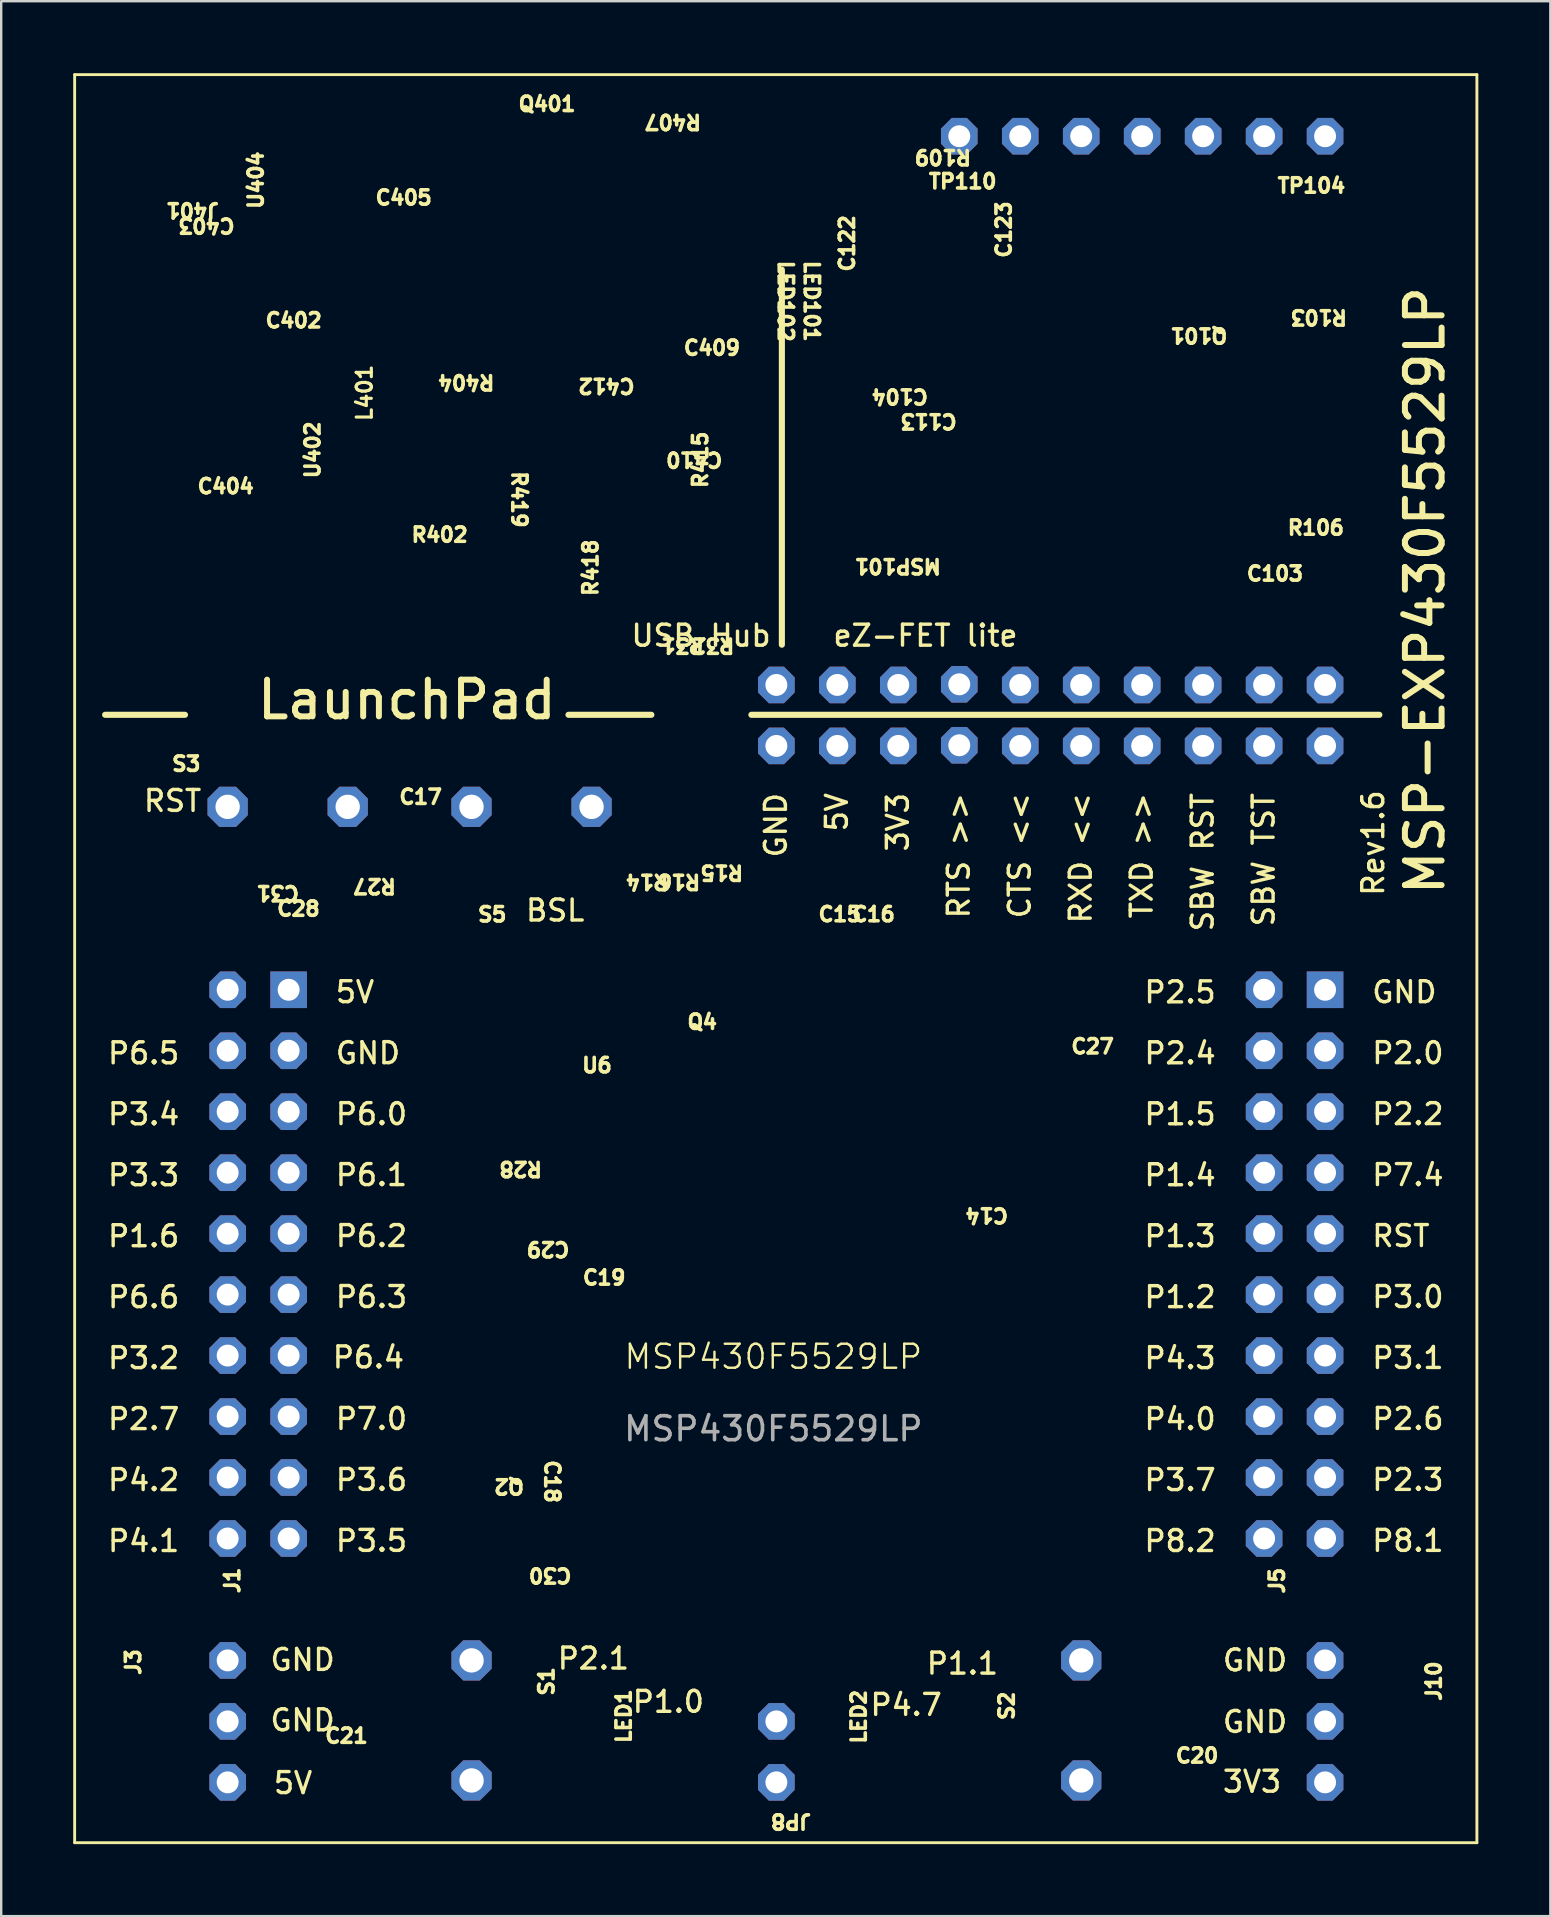
<source format=kicad_pcb>
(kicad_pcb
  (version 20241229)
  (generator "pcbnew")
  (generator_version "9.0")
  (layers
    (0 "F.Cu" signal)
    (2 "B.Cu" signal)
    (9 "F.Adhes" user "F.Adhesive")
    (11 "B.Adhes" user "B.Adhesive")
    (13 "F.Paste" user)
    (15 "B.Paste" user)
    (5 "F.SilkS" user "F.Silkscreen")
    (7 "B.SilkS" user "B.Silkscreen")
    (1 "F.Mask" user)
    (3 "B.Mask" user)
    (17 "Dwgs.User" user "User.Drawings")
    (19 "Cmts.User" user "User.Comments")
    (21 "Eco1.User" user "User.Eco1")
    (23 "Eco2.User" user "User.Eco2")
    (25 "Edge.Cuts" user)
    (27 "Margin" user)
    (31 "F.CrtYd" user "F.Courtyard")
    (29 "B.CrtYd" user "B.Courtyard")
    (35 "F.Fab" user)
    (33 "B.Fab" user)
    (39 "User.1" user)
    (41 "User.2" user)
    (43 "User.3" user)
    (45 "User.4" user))
  (footprint "MSP430F5529LP"
    (layer "F.Cu")
    (at 29.168 55.026)
    (property "Reference" "MSP430F5529LP" (at 0 -1.551 0) (unlocked yes) (layer "F.SilkS") (effects (font (size 1 1) (thickness 0.1))))
    (attr through_hole)
    (fp_line (start -29.108 -54.966) (end -29.108 18.694) (stroke (width 0.12) (type solid)) (layer "F.SilkS"))
    (fp_line (start -29.108 18.694) (end 29.312 18.694) (stroke (width 0.12) (type solid)) (layer "F.SilkS"))
    (fp_line (start -27.838 -28.296) (end -24.511 -28.296) (stroke (width 0.254) (type solid)) (layer "F.SilkS"))
    (fp_line (start -8.534 -28.296) (end -5.08 -28.296) (stroke (width 0.254) (type solid)) (layer "F.SilkS"))
    (fp_line (start 0.356 -31.217) (end 0.356 -46.838) (stroke (width 0.254) (type solid)) (layer "F.SilkS"))
    (fp_line (start 25.248 -28.296) (end -0.914 -28.296) (stroke (width 0.254) (type solid)) (layer "F.SilkS"))
    (fp_line (start 29.312 -54.966) (end -29.108 -54.966) (stroke (width 0.12) (type solid)) (layer "F.SilkS"))
    (fp_line (start 29.312 -54.966) (end 29.312 18.694) (stroke (width 0.12) (type solid)) (layer "F.SilkS"))
    (fp_text user "GND" (at -18.186 10.566 0) (unlocked yes) (layer "F.SilkS") (effects (font (size 0.874 0.874) (thickness 0.142)) (justify right top)))
    (fp_text user "C103" (at 19.648 -33.825 0) (unlocked yes) (layer "F.SilkS") (effects (font (size 0.598 0.598) (thickness 0.164)) (justify left bottom)))
    (fp_text user "J5" (at 21.336 8.395 90) (unlocked yes) (layer "F.SilkS") (effects (font (size 0.602 0.602) (thickness 0.16)) (justify left bottom)))
    (fp_text user "C403" (at -24.867 -48.336 180) (unlocked yes) (layer "F.SilkS") (effects (font (size 0.598 0.598) (thickness 0.164)) (justify right top)))
    (fp_text user "P4.1" (at -24.663 5.613 0) (unlocked yes) (layer "F.SilkS") (effects (font (size 0.874 0.874) (thickness 0.142)) (justify right top)))
    (fp_text user "R16" (at -4.902 -20.993 180) (unlocked yes) (layer "F.SilkS") (effects (font (size 0.598 0.598) (thickness 0.164)) (justify right top)))
    (fp_text user "TP104" (at 20.93 -49.987 0) (unlocked yes) (layer "F.SilkS") (effects (font (size 0.602 0.602) (thickness 0.16)) (justify left bottom)))
    (fp_text user "P1.0" (at -5.944 13.335 0) (unlocked yes) (layer "F.SilkS") (effects (font (size 0.874 0.874) (thickness 0.142)) (justify left bottom)))
    (fp_text user "P6.2" (at -18.313 -6.071 0) (unlocked yes) (layer "F.SilkS") (effects (font (size 0.874 0.874) (thickness 0.142)) (justify left bottom)))
    (fp_text user "3V3" (at 18.644 16.662 0) (unlocked yes) (layer "F.SilkS") (effects (font (size 0.874 0.874) (thickness 0.142)) (justify left bottom)))
    (fp_text user "C14" (at 7.925 -7.099 180) (unlocked yes) (layer "F.SilkS") (effects (font (size 0.598 0.598) (thickness 0.164)) (justify right top)))
    (fp_text user "U404" (at -21.208 -49.296 90) (unlocked yes) (layer "F.SilkS") (effects (font (size 0.602 0.602) (thickness 0.16)) (justify left bottom)))
    (fp_text user "R103" (at 23.978 -45.212 180) (unlocked yes) (layer "F.SilkS") (effects (font (size 0.598 0.598) (thickness 0.164)) (justify left bottom)))
    (fp_text user "C104" (at 4.018 -41.215 180) (unlocked yes) (layer "F.SilkS") (effects (font (size 0.598 0.598) (thickness 0.164)) (justify right top)))
    (fp_text user "L401" (at -17.402 -42.95 90) (unlocked yes) (layer "F.SilkS") (effects (font (size 0.631 0.631) (thickness 0.131)) (justify right top)))
    (fp_text user "LED101" (at 1.248 -47.292 270) (unlocked yes) (layer "F.SilkS") (effects (font (size 0.598 0.598) (thickness 0.164)) (justify left bottom)))
    (fp_text user "R27" (at -15.646 -21.514 180) (unlocked yes) (layer "F.SilkS") (effects (font (size 0.598 0.598) (thickness 0.164)) (justify left bottom)))
    (fp_text user "" (at 17.247 -18.136 180) (unlocked yes) (layer "F.SilkS") (effects (font (size 1.177 1.177) (thickness 0.093)) (justify right top)))
    (fp_text user "R418" (at -7.264 -33.172 90) (unlocked yes) (layer "F.SilkS") (effects (font (size 0.598 0.598) (thickness 0.164)) (justify left bottom)))
    (fp_text user "C30" (at -8.331 7.201 180) (unlocked yes) (layer "F.SilkS") (effects (font (size 0.598 0.598) (thickness 0.164)) (justify left bottom)))
    (fp_text user "Q401" (at -10.693 -53.391 0) (unlocked yes) (layer "F.SilkS") (effects (font (size 0.598 0.598) (thickness 0.164)) (justify left bottom)))
    (fp_text user "R419" (at -10.236 -36.017 270) (unlocked yes) (layer "F.SilkS") (effects (font (size 0.598 0.598) (thickness 0.164)) (justify right top)))
    (fp_text user "C18" (at -9.563 2.68 270) (unlocked yes) (layer "F.SilkS") (effects (font (size 0.598 0.598) (thickness 0.164)) (justify left bottom)))
    (fp_text user "TXD >>" (at 14.834 -25.121 90) (unlocked yes) (layer "F.SilkS") (effects (font (size 0.874 0.874) (thickness 0.142)) (justify right top)))
    (fp_text user "P7.0" (at -18.313 1.549 0) (unlocked yes) (layer "F.SilkS") (effects (font (size 0.874 0.874) (thickness 0.142)) (justify left bottom)))
    (fp_text user "R402" (at -12.649 -36.144 0) (unlocked yes) (layer "F.SilkS") (effects (font (size 0.598 0.598) (thickness 0.164)) (justify right top)))
    (fp_text user "R15" (at -1.181 -22.076 180) (unlocked yes) (layer "F.SilkS") (effects (font (size 0.598 0.598) (thickness 0.164)) (justify left bottom)))
    (fp_text user "GND" (at 18.644 14.173 0) (unlocked yes) (layer "F.SilkS") (effects (font (size 0.874 0.874) (thickness 0.142)) (justify left bottom)))
    (fp_text user "C402" (at -21.234 -44.374 0) (unlocked yes) (layer "F.SilkS") (effects (font (size 0.598 0.598) (thickness 0.164)) (justify left bottom)))
    (fp_text user "" (at -25.933 -18.136 180) (unlocked yes) (layer "F.SilkS") (effects (font (size 1.177 1.177) (thickness 0.093)) (justify right top)))
    (fp_text user "P3.5" (at -18.313 6.629 0) (unlocked yes) (layer "F.SilkS") (effects (font (size 0.874 0.874) (thickness 0.142)) (justify left bottom)))
    (fp_text user "GND" (at 24.867 -16.231 0) (unlocked yes) (layer "F.SilkS") (effects (font (size 0.874 0.874) (thickness 0.142)) (justify left bottom)))
    (fp_text user "LED1" (at -5.88 14.618 90) (unlocked yes) (layer "F.SilkS") (effects (font (size 0.598 0.598) (thickness 0.164)) (justify left bottom)))
    (fp_text user "P2.0" (at 24.867 -13.691 0) (unlocked yes) (layer "F.SilkS") (effects (font (size 0.874 0.874) (thickness 0.142)) (justify left bottom)))
    (fp_text user "Q2" (at -11.709 4.195 180) (unlocked yes) (layer "F.SilkS") (effects (font (size 0.602 0.602) (thickness 0.16)) (justify right top)))
    (fp_text user "C16" (at 3.213 -19.634 0) (unlocked yes) (layer "F.SilkS") (effects (font (size 0.598 0.598) (thickness 0.164)) (justify left bottom)))
    (fp_text user "P6.6" (at -24.663 -4.547 0) (unlocked yes) (layer "F.SilkS") (effects (font (size 0.874 0.874) (thickness 0.142)) (justify right top)))
    (fp_text user "C29" (at -10.351 -5.69 180) (unlocked yes) (layer "F.SilkS") (effects (font (size 0.598 0.598) (thickness 0.164)) (justify right top)))
    (fp_text user "LaunchPad" (at -8.915 -29.82 0) (unlocked yes) (layer "F.SilkS") (effects (font (size 1.529 1.529) (thickness 0.249)) (justify right top)))
    (fp_text user "J401" (at -23.025 -49.672 180) (unlocked yes) (layer "F.SilkS") (effects (font (size 0.598 0.598) (thickness 0.164)) (justify left bottom)))
    (fp_text user "C20" (at 16.688 15.418 0) (unlocked yes) (layer "F.SilkS") (effects (font (size 0.598 0.598) (thickness 0.164)) (justify left bottom)))
    (fp_text user "C113" (at 7.72 -40.88 180) (unlocked yes) (layer "F.SilkS") (effects (font (size 0.598 0.598) (thickness 0.164)) (justify left bottom)))
    (fp_text user "RTS >>" (at 7.214 -25.121 90) (unlocked yes) (layer "F.SilkS") (effects (font (size 0.874 0.874) (thickness 0.142)) (justify right top)))
    (fp_text user "LED2" (at 3.912 14.643 90) (unlocked yes) (layer "F.SilkS") (effects (font (size 0.598 0.598) (thickness 0.164)) (justify left bottom)))
    (fp_text user "P1.6" (at -24.663 -7.087 0) (unlocked yes) (layer "F.SilkS") (effects (font (size 0.874 0.874) (thickness 0.142)) (justify right top)))
    (fp_text user "" (at -17.688 10.526 180) (unlocked yes) (layer "F.SilkS") (effects (font (size 1.156 1.156) (thickness 0.114)) (justify right top)))
    (fp_text user "R14" (at -6.223 -20.993 180) (unlocked yes) (layer "F.SilkS") (effects (font (size 0.598 0.598) (thickness 0.164)) (justify right top)))
    (fp_text user "CTS <<" (at 9.754 -25.121 90) (unlocked yes) (layer "F.SilkS") (effects (font (size 0.874 0.874) (thickness 0.142)) (justify right top)))
    (fp_text user "C409" (at -3.81 -43.231 0) (unlocked yes) (layer "F.SilkS") (effects (font (size 0.598 0.598) (thickness 0.164)) (justify left bottom)))
    (fp_text user "P6.1" (at -18.313 -8.611 0) (unlocked yes) (layer "F.SilkS") (effects (font (size 0.874 0.874) (thickness 0.142)) (justify left bottom)))
    (fp_text user "" (at 3.912 18.707 90) (unlocked yes) (layer "F.SilkS") (effects (font (size 1.177 1.177) (thickness 0.093)) (justify left bottom)))
    (fp_text user "S2" (at 9.374 12.322 90) (unlocked yes) (layer "F.SilkS") (effects (font (size 0.602 0.602) (thickness 0.16)) (justify right top)))
    (fp_text user "RXD <<" (at 12.294 -25.121 90) (unlocked yes) (layer "F.SilkS") (effects (font (size 0.874 0.874) (thickness 0.142)) (justify right top)))
    (fp_text user "P3.2" (at -24.663 -2.007 0) (unlocked yes) (layer "F.SilkS") (effects (font (size 0.874 0.874) (thickness 0.142)) (justify right top)))
    (fp_text user "U6" (at -8.048 -13.34 0) (unlocked yes) (layer "F.SilkS") (effects (font (size 0.602 0.602) (thickness 0.16)) (justify left bottom)))
    (fp_text user "P8.2" (at 18.517 5.613 0) (unlocked yes) (layer "F.SilkS") (effects (font (size 0.874 0.874) (thickness 0.142)) (justify right top)))
    (fp_text user "P1.4" (at 18.517 -9.627 0) (unlocked yes) (layer "F.SilkS") (effects (font (size 0.874 0.874) (thickness 0.142)) (justify right top)))
    (fp_text user "P3.3" (at -24.663 -9.627 0) (unlocked yes) (layer "F.SilkS") (effects (font (size 0.874 0.874) (thickness 0.142)) (justify right top)))
    (fp_text user "P6.0" (at -18.313 -11.151 0) (unlocked yes) (layer "F.SilkS") (effects (font (size 0.874 0.874) (thickness 0.142)) (justify left bottom)))
    (fp_text user "5V" (at -19.126 15.697 0) (unlocked yes) (layer "F.SilkS") (effects (font (size 0.874 0.874) (thickness 0.142)) (justify right top)))
    (fp_text user "C15" (at 1.803 -19.634 0) (unlocked yes) (layer "F.SilkS") (effects (font (size 0.598 0.598) (thickness 0.164)) (justify left bottom)))
    (fp_text user "GND" (at -0.406 -25.121 90) (unlocked yes) (layer "F.SilkS") (effects (font (size 0.874 0.874) (thickness 0.142)) (justify right top)))
    (fp_text user "P2.3" (at 24.867 4.089 0) (unlocked yes) (layer "F.SilkS") (effects (font (size 0.874 0.874) (thickness 0.142)) (justify left bottom)))
    (fp_text user "P1.3" (at 18.517 -7.087 0) (unlocked yes) (layer "F.SilkS") (effects (font (size 0.874 0.874) (thickness 0.142)) (justify right top)))
    (fp_text user "J3" (at -26.314 11.786 90) (unlocked yes) (layer "F.SilkS") (effects (font (size 0.602 0.602) (thickness 0.16)) (justify left bottom)))
    (fp_text user "RST" (at 24.867 -6.071 0) (unlocked yes) (layer "F.SilkS") (effects (font (size 0.874 0.874) (thickness 0.142)) (justify left bottom)))
    (fp_text user "P6.5" (at -24.663 -14.707 0) (unlocked yes) (layer "F.SilkS") (effects (font (size 0.874 0.874) (thickness 0.142)) (justify right top)))
    (fp_text user "5V" (at -18.313 -16.231 0) (unlocked yes) (layer "F.SilkS") (effects (font (size 0.874 0.874) (thickness 0.142)) (justify left bottom)))
    (fp_text user "GND" (at -18.186 13.081 0) (unlocked yes) (layer "F.SilkS") (effects (font (size 0.874 0.874) (thickness 0.142)) (justify right top)))
    (fp_text user "P3.7" (at 18.517 3.073 0) (unlocked yes) (layer "F.SilkS") (effects (font (size 0.874 0.874) (thickness 0.142)) (justify right top)))
    (fp_text user "P8.1" (at 24.867 6.629 0) (unlocked yes) (layer "F.SilkS") (effects (font (size 0.874 0.874) (thickness 0.142)) (justify left bottom)))
    (fp_text user "eZ-FET lite" (at 10.262 -32.106 0) (unlocked yes) (layer "F.SilkS") (effects (font (size 0.874 0.874) (thickness 0.142)) (justify right top)))
    (fp_text user "U402" (at -18.847 -38.075 90) (unlocked yes) (layer "F.SilkS") (effects (font (size 0.595 0.595) (thickness 0.167)) (justify left bottom)))
    (fp_text user "P2.7" (at -24.663 0.533 0) (unlocked yes) (layer "F.SilkS") (effects (font (size 0.874 0.874) (thickness 0.142)) (justify right top)))
    (fp_text user "R32" (at -3.48 -30.836 180) (unlocked yes) (layer "F.SilkS") (effects (font (size 0.598 0.598) (thickness 0.164)) (justify right top)))
    (fp_text user "P1.5" (at 18.517 -12.167 0) (unlocked yes) (layer "F.SilkS") (effects (font (size 0.874 0.874) (thickness 0.142)) (justify right top)))
    (fp_text user "C17" (at -15.659 -24.524 0) (unlocked yes) (layer "F.SilkS") (effects (font (size 0.598 0.598) (thickness 0.164)) (justify left bottom)))
    (fp_text user "P3.0" (at 24.867 -3.531 0) (unlocked yes) (layer "F.SilkS") (effects (font (size 0.874 0.874) (thickness 0.142)) (justify left bottom)))
    (fp_text user "SBW RST" (at 17.374 -25.121 90) (unlocked yes) (layer "F.SilkS") (effects (font (size 0.874 0.874) (thickness 0.142)) (justify right top)))
    (fp_text user "MSP-EXP430F5529LP" (at 28.042 -20.676 90) (unlocked yes) (layer "F.SilkS") (effects (font (size 1.529 1.529) (thickness 0.249)) (justify left bottom)))
    (fp_text user "R31" (at -4.75 -30.836 180) (unlocked yes) (layer "F.SilkS") (effects (font (size 0.598 0.598) (thickness 0.164)) (justify right top)))
    (fp_text user "R109" (at 5.813 -51.186 180) (unlocked yes) (layer "F.SilkS") (effects (font (size 0.598 0.598) (thickness 0.164)) (justify right top)))
    (fp_text user "S3" (at -23.785 -26.604 0) (unlocked yes) (layer "F.SilkS") (effects (font (size 0.602 0.602) (thickness 0.16)) (justify right top)))
    (fp_text user "C27" (at 12.335 -14.128 0) (unlocked yes) (layer "F.SilkS") (effects (font (size 0.598 0.598) (thickness 0.164)) (justify left bottom)))
    (fp_text user "USB Hub" (at -0.025 -32.106 0) (unlocked yes) (layer "F.SilkS") (effects (font (size 0.874 0.874) (thickness 0.142)) (justify right top)))
    (fp_text user "P2.5" (at 18.517 -17.247 0) (unlocked yes) (layer "F.SilkS") (effects (font (size 0.874 0.874) (thickness 0.142)) (justify right top)))
    (fp_text user "RST" (at -23.749 -25.222 0) (unlocked yes) (layer "F.SilkS") (effects (font (size 0.874 0.874) (thickness 0.142)) (justify right top)))
    (fp_text user "C405" (at -14.148 -50.19 0) (unlocked yes) (layer "F.SilkS") (effects (font (size 0.598 0.598) (thickness 0.164)) (justify right top)))
    (fp_text user "C412" (at -8.204 -41.656 180) (unlocked yes) (layer "F.SilkS") (effects (font (size 0.598 0.598) (thickness 0.164)) (justify right top)))
    (fp_text user "5V" (at 2.134 -25.121 90) (unlocked yes) (layer "F.SilkS") (effects (font (size 0.874 0.874) (thickness 0.142)) (justify right top)))
    (fp_text user "3V3" (at 4.674 -25.121 90) (unlocked yes) (layer "F.SilkS") (effects (font (size 0.874 0.874) (thickness 0.142)) (justify right top)))
    (fp_text user "MSP101" (at 7.061 -34.844 180) (unlocked yes) (layer "F.SilkS") (effects (font (size 0.598 0.598) (thickness 0.164)) (justify left bottom)))
    (fp_text user "C19" (at -8.014 -4.496 0) (unlocked yes) (layer "F.SilkS") (effects (font (size 0.598 0.598) (thickness 0.164)) (justify left bottom)))
    (fp_text user "P1.1" (at 9.449 10.719 0) (unlocked yes) (layer "F.SilkS") (effects (font (size 0.874 0.874) (thickness 0.142)) (justify right top)))
    (fp_text user "C410" (at -4.547 -38.583 180) (unlocked yes) (layer "F.SilkS") (effects (font (size 0.598 0.598) (thickness 0.164)) (justify right top)))
    (fp_text user "C28" (at -20.752 -19.863 0) (unlocked yes) (layer "F.SilkS") (effects (font (size 0.598 0.598) (thickness 0.164)) (justify left bottom)))
    (fp_text user "R415" (at -2.692 -37.668 90) (unlocked yes) (layer "F.SilkS") (effects (font (size 0.598 0.598) (thickness 0.164)) (justify left bottom)))
    (fp_text user "S1" (at -9.095 12.646 90) (unlocked yes) (layer "F.SilkS") (effects (font (size 0.602 0.602) (thickness 0.16)) (justify left bottom)))
    (fp_text user "P4.0" (at 18.517 0.533 0) (unlocked yes) (layer "F.SilkS") (effects (font (size 0.874 0.874) (thickness 0.142)) (justify right top)))
    (fp_text user "J1" (at -22.187 8.382 90) (unlocked yes) (layer "F.SilkS") (effects (font (size 0.602 0.602) (thickness 0.16)) (justify left bottom)))
    (fp_text user "GND" (at -18.313 -13.691 0) (unlocked yes) (layer "F.SilkS") (effects (font (size 0.874 0.874) (thickness 0.142)) (justify left bottom)))
    (fp_text user "P2.1" (at -9.068 11.532 0) (unlocked yes) (layer "F.SilkS") (effects (font (size 0.874 0.874) (thickness 0.142)) (justify left bottom)))
    (fp_text user "P2.6" (at 24.867 1.549 0) (unlocked yes) (layer "F.SilkS") (effects (font (size 0.874 0.874) (thickness 0.142)) (justify left bottom)))
    (fp_text user "R404" (at -14.046 -41.808 180) (unlocked yes) (layer "F.SilkS") (effects (font (size 0.598 0.598) (thickness 0.164)) (justify right top)))
    (fp_text user "P1.2" (at 18.517 -4.547 0) (unlocked yes) (layer "F.SilkS") (effects (font (size 0.874 0.874) (thickness 0.142)) (justify right top)))
    (fp_text user "P3.4" (at -24.663 -12.167 0) (unlocked yes) (layer "F.SilkS") (effects (font (size 0.874 0.874) (thickness 0.142)) (justify right top)))
    (fp_text user "P2.4" (at 18.517 -14.707 0) (unlocked yes) (layer "F.SilkS") (effects (font (size 0.874 0.874) (thickness 0.142)) (justify right top)))
    (fp_text user "TP110" (at 6.401 -50.165 0) (unlocked yes) (layer "F.SilkS") (effects (font (size 0.602 0.602) (thickness 0.16)) (justify left bottom)))
    (fp_text user "P2.2" (at 24.867 -11.151 0) (unlocked yes) (layer "F.SilkS") (effects (font (size 0.874 0.874) (thickness 0.142)) (justify left bottom)))
    (fp_text user "P7.4" (at 24.867 -8.611 0) (unlocked yes) (layer "F.SilkS") (effects (font (size 0.874 0.874) (thickness 0.142)) (justify left bottom)))
    (fp_text user "P6.4" (at -18.44 -1.016 0) (unlocked yes) (layer "F.SilkS") (effects (font (size 0.874 0.874) (thickness 0.142)) (justify left bottom)))
    (fp_text user "P4.7" (at 3.962 13.462 0) (unlocked yes) (layer "F.SilkS") (effects (font (size 0.874 0.874) (thickness 0.142)) (justify left bottom)))
    (fp_text user "P4.3" (at 18.517 -2.007 0) (unlocked yes) (layer "F.SilkS") (effects (font (size 0.874 0.874) (thickness 0.142)) (justify right top)))
    (fp_text user "P6.3" (at -18.313 -3.531 0) (unlocked yes) (layer "F.SilkS") (effects (font (size 0.874 0.874) (thickness 0.142)) (justify left bottom)))
    (fp_text user "Rev1.6" (at 25.502 -20.676 90) (unlocked yes) (layer "F.SilkS") (effects (font (size 0.874 0.874) (thickness 0.142)) (justify left bottom)))
    (fp_text user "S5" (at -12.384 -19.624 0) (unlocked yes) (layer "F.SilkS") (effects (font (size 0.602 0.602) (thickness 0.16)) (justify left bottom)))
    (fp_text user "R28" (at -11.493 -9.03 180) (unlocked yes) (layer "F.SilkS") (effects (font (size 0.598 0.598) (thickness 0.164)) (justify right top)))
    (fp_text user "" (at -6.261 18.682 90) (unlocked yes) (layer "F.SilkS") (effects (font (size 1.177 1.177) (thickness 0.093)) (justify left bottom)))
    (fp_text user "R407" (at -5.436 -52.654 180) (unlocked yes) (layer "F.SilkS") (effects (font (size 0.598 0.598) (thickness 0.164)) (justify right top)))
    (fp_text user "SBW TST" (at 19.914 -25.121 90) (unlocked yes) (layer "F.SilkS") (effects (font (size 0.874 0.874) (thickness 0.142)) (justify right top)))
    (fp_text user "P4.2" (at -24.663 3.073 0) (unlocked yes) (layer "F.SilkS") (effects (font (size 0.874 0.874) (thickness 0.142)) (justify right top)))
    (fp_text user "J10" (at 27.165 11.062 90) (unlocked yes) (layer "F.SilkS") (effects (font (size 0.602 0.602) (thickness 0.16)) (justify right top)))
    (fp_text user "GND" (at 18.644 11.608 0) (unlocked yes) (layer "F.SilkS") (effects (font (size 0.874 0.874) (thickness 0.142)) (justify left bottom)))
    (fp_text user "C122" (at 3.424 -46.685 90) (unlocked yes) (layer "F.SilkS") (effects (font (size 0.598 0.598) (thickness 0.164)) (justify left bottom)))
    (fp_text user "C21" (at -16.815 13.894 0) (unlocked yes) (layer "F.SilkS") (effects (font (size 0.598 0.598) (thickness 0.164)) (justify right top)))
    (fp_text user "Q4" (at -3.658 -15.151 0) (unlocked yes) (layer "F.SilkS") (effects (font (size 0.598 0.598) (thickness 0.164)) (justify left bottom)))
    (fp_text user "R106" (at 21.352 -35.738 0) (unlocked yes) (layer "F.SilkS") (effects (font (size 0.598 0.598) (thickness 0.164)) (justify left bottom)))
    (fp_text user "C31" (at -21.615 -20.523 180) (unlocked yes) (layer "F.SilkS") (effects (font (size 0.598 0.598) (thickness 0.164)) (justify right top)))
    (fp_text user "C404" (at -24.067 -37.465 0) (unlocked yes) (layer "F.SilkS") (effects (font (size 0.598 0.598) (thickness 0.164)) (justify left bottom)))
    (fp_text user "" (at 7.712 10.526 180) (unlocked yes) (layer "F.SilkS") (effects (font (size 1.156 1.156) (thickness 0.114)) (justify right top)))
    (fp_text user "P3.6" (at -18.313 4.089 0) (unlocked yes) (layer "F.SilkS") (effects (font (size 0.874 0.874) (thickness 0.142)) (justify left bottom)))
    (fp_text user "LED102" (at 0.165 -47.292 270) (unlocked yes) (layer "F.SilkS") (effects (font (size 0.598 0.598) (thickness 0.164)) (justify left bottom)))
    (fp_text user "JP8" (at 1.651 17.45 180) (unlocked yes) (layer "F.SilkS") (effects (font (size 0.602 0.602) (thickness 0.16)) (justify left bottom)))
    (fp_text user "P3.1" (at 24.867 -0.991 0) (unlocked yes) (layer "F.SilkS") (effects (font (size 0.874 0.874) (thickness 0.142)) (justify left bottom)))
    (fp_text user "C123" (at 9.953 -47.26 90) (unlocked yes) (layer "F.SilkS") (effects (font (size 0.598 0.598) (thickness 0.164)) (justify left bottom)))
    (fp_text user "Q101" (at 18.992 -44.456 180) (unlocked yes) (layer "F.SilkS") (effects (font (size 0.598 0.598) (thickness 0.164)) (justify left bottom)))
    (fp_text user "BSL" (at -10.389 -19.634 0) (unlocked yes) (layer "F.SilkS") (effects (font (size 0.874 0.874) (thickness 0.142)) (justify left bottom)))
    (fp_text user "${REFERENCE}" (at 0 1.449 0) (unlocked yes) (layer "F.Fab") (effects (font (size 1 1) (thickness 0.15))))
    (pad "1" thru_hole roundrect (at -22.733 -16.84 270) (size 1.524 1.524) (drill 0.914) (layers "*.Cu" "*.Mask") (roundrect_rratio 0.25) (chamfer_ratio 0.293) (chamfer top_left top_right bottom_left bottom_right))
    (pad "1" thru_hole roundrect (at 22.987 16.18) (size 1.524 1.524) (drill 0.914) (layers "*.Cu" "*.Mask") (roundrect_rratio 0.25) (chamfer_ratio 0.293) (chamfer top_left top_right bottom_left bottom_right))
    (pad "2" thru_hole roundrect (at -22.733 -14.3 270) (size 1.524 1.524) (drill 0.914) (layers "*.Cu" "*.Mask") (roundrect_rratio 0.25) (chamfer_ratio 0.293) (chamfer top_left top_right bottom_left bottom_right))
    (pad "3" thru_hole roundrect (at -22.733 -11.76 270) (size 1.524 1.524) (drill 0.914) (layers "*.Cu" "*.Mask") (roundrect_rratio 0.25) (chamfer_ratio 0.293) (chamfer top_left top_right bottom_left bottom_right))
    (pad "4" thru_hole roundrect (at -22.733 -9.22 270) (size 1.524 1.524) (drill 0.914) (layers "*.Cu" "*.Mask") (roundrect_rratio 0.25) (chamfer_ratio 0.293) (chamfer top_left top_right bottom_left bottom_right))
    (pad "5" thru_hole roundrect (at -22.733 -6.68 270) (size 1.524 1.524) (drill 0.914) (layers "*.Cu" "*.Mask") (roundrect_rratio 0.25) (chamfer_ratio 0.293) (chamfer top_left top_right bottom_left bottom_right))
    (pad "6" thru_hole roundrect (at -22.733 -4.14 270) (size 1.524 1.524) (drill 0.914) (layers "*.Cu" "*.Mask") (roundrect_rratio 0.25) (chamfer_ratio 0.293) (chamfer top_left top_right bottom_left bottom_right))
    (pad "7" thru_hole roundrect (at -22.733 -1.6 270) (size 1.524 1.524) (drill 0.914) (layers "*.Cu" "*.Mask") (roundrect_rratio 0.25) (chamfer_ratio 0.293) (chamfer top_left top_right bottom_left bottom_right))
    (pad "8" thru_hole roundrect (at -22.733 0.94 270) (size 1.524 1.524) (drill 0.914) (layers "*.Cu" "*.Mask") (roundrect_rratio 0.25) (chamfer_ratio 0.293) (chamfer top_left top_right bottom_left bottom_right))
    (pad "9" thru_hole roundrect (at -22.733 3.48 270) (size 1.524 1.524) (drill 0.914) (layers "*.Cu" "*.Mask") (roundrect_rratio 0.25) (chamfer_ratio 0.293) (chamfer top_left top_right bottom_left bottom_right))
    (pad "10" thru_hole roundrect (at -22.733 6.02 270) (size 1.524 1.524) (drill 0.914) (layers "*.Cu" "*.Mask") (roundrect_rratio 0.25) (chamfer_ratio 0.293) (chamfer top_left top_right bottom_left bottom_right))
    (pad "11" thru_hole roundrect (at -22.733 16.18) (size 1.524 1.524) (drill 0.914) (layers "*.Cu" "*.Mask") (roundrect_rratio 0.25) (chamfer_ratio 0.293) (chamfer top_left top_right bottom_left bottom_right))
    (pad "11" thru_hole rect (at -20.193 -16.84 270) (size 1.524 1.524) (drill 0.914) (layers "*.Cu" "*.Mask"))
    (pad "12" thru_hole roundrect (at -20.193 -14.3 270) (size 1.524 1.524) (drill 0.914) (layers "*.Cu" "*.Mask") (roundrect_rratio 0.25) (chamfer_ratio 0.293) (chamfer top_left top_right bottom_left bottom_right))
    (pad "12" thru_hole rect (at 22.987 -16.84 270) (size 1.524 1.524) (drill 0.914) (layers "*.Cu" "*.Mask"))
    (pad "13" thru_hole roundrect (at -20.193 -11.76 270) (size 1.524 1.524) (drill 0.914) (layers "*.Cu" "*.Mask") (roundrect_rratio 0.25) (chamfer_ratio 0.293) (chamfer top_left top_right bottom_left bottom_right))
    (pad "14" thru_hole roundrect (at -20.193 -9.22 270) (size 1.524 1.524) (drill 0.914) (layers "*.Cu" "*.Mask") (roundrect_rratio 0.25) (chamfer_ratio 0.293) (chamfer top_left top_right bottom_left bottom_right))
    (pad "15" thru_hole roundrect (at -20.193 -6.68 270) (size 1.524 1.524) (drill 0.914) (layers "*.Cu" "*.Mask") (roundrect_rratio 0.25) (chamfer_ratio 0.293) (chamfer top_left top_right bottom_left bottom_right))
    (pad "16" thru_hole roundrect (at -20.193 -4.14 270) (size 1.524 1.524) (drill 0.914) (layers "*.Cu" "*.Mask") (roundrect_rratio 0.25) (chamfer_ratio 0.293) (chamfer top_left top_right bottom_left bottom_right))
    (pad "17" thru_hole roundrect (at -20.193 -1.6 270) (size 1.524 1.524) (drill 0.914) (layers "*.Cu" "*.Mask") (roundrect_rratio 0.25) (chamfer_ratio 0.293) (chamfer top_left top_right bottom_left bottom_right))
    (pad "18" thru_hole roundrect (at -20.193 0.94 270) (size 1.524 1.524) (drill 0.914) (layers "*.Cu" "*.Mask") (roundrect_rratio 0.25) (chamfer_ratio 0.293) (chamfer top_left top_right bottom_left bottom_right))
    (pad "19" thru_hole roundrect (at -20.193 3.48 270) (size 1.524 1.524) (drill 0.914) (layers "*.Cu" "*.Mask") (roundrect_rratio 0.25) (chamfer_ratio 0.293) (chamfer top_left top_right bottom_left bottom_right))
    (pad "20" thru_hole roundrect (at -20.193 6.02 270) (size 1.524 1.524) (drill 0.914) (layers "*.Cu" "*.Mask") (roundrect_rratio 0.25) (chamfer_ratio 0.293) (chamfer top_left top_right bottom_left bottom_right))
    (pad "21" thru_hole roundrect (at 20.447 -16.84 270) (size 1.524 1.524) (drill 0.914) (layers "*.Cu" "*.Mask") (roundrect_rratio 0.25) (chamfer_ratio 0.293) (chamfer top_left top_right bottom_left bottom_right))
    (pad "22" thru_hole roundrect (at 20.447 -14.3 270) (size 1.524 1.524) (drill 0.914) (layers "*.Cu" "*.Mask") (roundrect_rratio 0.25) (chamfer_ratio 0.293) (chamfer top_left top_right bottom_left bottom_right))
    (pad "23" thru_hole roundrect (at 20.447 -11.76 270) (size 1.524 1.524) (drill 0.914) (layers "*.Cu" "*.Mask") (roundrect_rratio 0.25) (chamfer_ratio 0.293) (chamfer top_left top_right bottom_left bottom_right))
    (pad "24" thru_hole roundrect (at 20.447 -9.22 270) (size 1.524 1.524) (drill 0.914) (layers "*.Cu" "*.Mask") (roundrect_rratio 0.25) (chamfer_ratio 0.293) (chamfer top_left top_right bottom_left bottom_right))
    (pad "25" thru_hole roundrect (at 20.447 -6.68 270) (size 1.524 1.524) (drill 0.914) (layers "*.Cu" "*.Mask") (roundrect_rratio 0.25) (chamfer_ratio 0.293) (chamfer top_left top_right bottom_left bottom_right))
    (pad "26" thru_hole roundrect (at 20.447 -4.14 270) (size 1.524 1.524) (drill 0.914) (layers "*.Cu" "*.Mask") (roundrect_rratio 0.25) (chamfer_ratio 0.293) (chamfer top_left top_right bottom_left bottom_right))
    (pad "27" thru_hole roundrect (at 20.447 -1.6 270) (size 1.524 1.524) (drill 0.914) (layers "*.Cu" "*.Mask") (roundrect_rratio 0.25) (chamfer_ratio 0.293) (chamfer top_left top_right bottom_left bottom_right))
    (pad "28" thru_hole roundrect (at 20.447 0.94 270) (size 1.524 1.524) (drill 0.914) (layers "*.Cu" "*.Mask") (roundrect_rratio 0.25) (chamfer_ratio 0.293) (chamfer top_left top_right bottom_left bottom_right))
    (pad "29" thru_hole roundrect (at 20.447 3.48 270) (size 1.524 1.524) (drill 0.914) (layers "*.Cu" "*.Mask") (roundrect_rratio 0.25) (chamfer_ratio 0.293) (chamfer top_left top_right bottom_left bottom_right))
    (pad "30" thru_hole roundrect (at 20.447 6.02 270) (size 1.524 1.524) (drill 0.914) (layers "*.Cu" "*.Mask") (roundrect_rratio 0.25) (chamfer_ratio 0.293) (chamfer top_left top_right bottom_left bottom_right))
    (pad "32" thru_hole roundrect (at 22.987 -14.3 270) (size 1.524 1.524) (drill 0.914) (layers "*.Cu" "*.Mask") (roundrect_rratio 0.25) (chamfer_ratio 0.293) (chamfer top_left top_right bottom_left bottom_right))
    (pad "33" thru_hole roundrect (at 22.987 -11.76 270) (size 1.524 1.524) (drill 0.914) (layers "*.Cu" "*.Mask") (roundrect_rratio 0.25) (chamfer_ratio 0.293) (chamfer top_left top_right bottom_left bottom_right))
    (pad "34" thru_hole roundrect (at 22.987 -9.22 270) (size 1.524 1.524) (drill 0.914) (layers "*.Cu" "*.Mask") (roundrect_rratio 0.25) (chamfer_ratio 0.293) (chamfer top_left top_right bottom_left bottom_right))
    (pad "35" thru_hole roundrect (at -22.734 -24.461) (size 1.676 1.676) (drill 1.016) (layers "*.Cu" "*.Mask") (roundrect_rratio 0.25) (chamfer_ratio 0.293) (chamfer top_left top_right bottom_left bottom_right))
    (pad "35" thru_hole roundrect (at 22.987 -6.68 270) (size 1.524 1.524) (drill 0.914) (layers "*.Cu" "*.Mask") (roundrect_rratio 0.25) (chamfer_ratio 0.293) (chamfer top_left top_right bottom_left bottom_right))
    (pad "36" thru_hole roundrect (at 22.987 -4.14 270) (size 1.524 1.524) (drill 0.914) (layers "*.Cu" "*.Mask") (roundrect_rratio 0.25) (chamfer_ratio 0.293) (chamfer top_left top_right bottom_left bottom_right))
    (pad "37" thru_hole roundrect (at 22.987 -1.6 270) (size 1.524 1.524) (drill 0.914) (layers "*.Cu" "*.Mask") (roundrect_rratio 0.25) (chamfer_ratio 0.293) (chamfer top_left top_right bottom_left bottom_right))
    (pad "38" thru_hole roundrect (at 22.987 0.94 270) (size 1.524 1.524) (drill 0.914) (layers "*.Cu" "*.Mask") (roundrect_rratio 0.25) (chamfer_ratio 0.293) (chamfer top_left top_right bottom_left bottom_right))
    (pad "39" thru_hole roundrect (at 22.987 3.48 270) (size 1.524 1.524) (drill 0.914) (layers "*.Cu" "*.Mask") (roundrect_rratio 0.25) (chamfer_ratio 0.293) (chamfer top_left top_right bottom_left bottom_right))
    (pad "40" thru_hole roundrect (at 22.987 6.02 270) (size 1.524 1.524) (drill 0.914) (layers "*.Cu" "*.Mask") (roundrect_rratio 0.25) (chamfer_ratio 0.293) (chamfer top_left top_right bottom_left bottom_right))
    (pad "41" thru_hole roundrect (at -22.733 11.1) (size 1.524 1.524) (drill 0.914) (layers "*.Cu" "*.Mask") (roundrect_rratio 0.25) (chamfer_ratio 0.293) (chamfer top_left top_right bottom_left bottom_right))
    (pad "41" thru_hole roundrect (at -22.733 13.64) (size 1.524 1.524) (drill 0.914) (layers "*.Cu" "*.Mask") (roundrect_rratio 0.25) (chamfer_ratio 0.293) (chamfer top_left top_right bottom_left bottom_right))
    (pad "41" thru_hole roundrect (at 22.987 11.1) (size 1.524 1.524) (drill 0.914) (layers "*.Cu" "*.Mask") (roundrect_rratio 0.25) (chamfer_ratio 0.293) (chamfer top_left top_right bottom_left bottom_right))
    (pad "41" thru_hole roundrect (at 22.987 13.64) (size 1.524 1.524) (drill 0.914) (layers "*.Cu" "*.Mask") (roundrect_rratio 0.25) (chamfer_ratio 0.293) (chamfer top_left top_right bottom_left bottom_right))
    (pad "x" thru_hole roundrect (at -17.732 -24.461) (size 1.676 1.676) (drill 1.016) (layers "*.Cu" "*.Mask") (roundrect_rratio 0.25) (chamfer_ratio 0.293) (chamfer top_left top_right bottom_left bottom_right))
    (pad "x" thru_hole roundrect (at -12.574 -24.461) (size 1.676 1.676) (drill 1.016) (layers "*.Cu" "*.Mask") (roundrect_rratio 0.25) (chamfer_ratio 0.293) (chamfer top_left top_right bottom_left bottom_right))
    (pad "x" thru_hole roundrect (at -12.572 11.099 270) (size 1.676 1.676) (drill 1.016) (layers "*.Cu" "*.Mask") (roundrect_rratio 0.25) (chamfer_ratio 0.293) (chamfer top_left top_right bottom_left bottom_right))
    (pad "x" thru_hole roundrect (at -12.572 16.101 270) (size 1.676 1.676) (drill 1.016) (layers "*.Cu" "*.Mask") (roundrect_rratio 0.25) (chamfer_ratio 0.293) (chamfer top_left top_right bottom_left bottom_right))
    (pad "x" thru_hole roundrect (at -7.572 -24.461) (size 1.676 1.676) (drill 1.016) (layers "*.Cu" "*.Mask") (roundrect_rratio 0.25) (chamfer_ratio 0.293) (chamfer top_left top_right bottom_left bottom_right))
    (pad "x" thru_hole roundrect (at 0.127 -29.54) (size 1.524 1.524) (drill 0.914) (layers "*.Cu" "*.Mask") (roundrect_rratio 0.25) (chamfer_ratio 0.293) (chamfer top_left top_right bottom_left bottom_right))
    (pad "x" thru_hole roundrect (at 0.127 -27) (size 1.524 1.524) (drill 0.914) (layers "*.Cu" "*.Mask") (roundrect_rratio 0.25) (chamfer_ratio 0.293) (chamfer top_left top_right bottom_left bottom_right))
    (pad "x" thru_hole roundrect (at 0.127 13.64 180) (size 1.524 1.524) (drill 0.914) (layers "*.Cu" "*.Mask") (roundrect_rratio 0.25) (chamfer_ratio 0.293) (chamfer top_left top_right bottom_left bottom_right))
    (pad "x" thru_hole roundrect (at 0.127 16.18 180) (size 1.524 1.524) (drill 0.914) (layers "*.Cu" "*.Mask") (roundrect_rratio 0.25) (chamfer_ratio 0.293) (chamfer top_left top_right bottom_left bottom_right))
    (pad "x" thru_hole roundrect (at 2.667 -29.54 180) (size 1.524 1.524) (drill 0.914) (layers "*.Cu" "*.Mask") (roundrect_rratio 0.25) (chamfer_ratio 0.293) (chamfer top_left top_right bottom_left bottom_right))
    (pad "x" thru_hole roundrect (at 2.667 -27 180) (size 1.524 1.524) (drill 0.914) (layers "*.Cu" "*.Mask") (roundrect_rratio 0.25) (chamfer_ratio 0.293) (chamfer top_left top_right bottom_left bottom_right))
    (pad "x" thru_hole roundrect (at 5.207 -29.54 180) (size 1.524 1.524) (drill 0.914) (layers "*.Cu" "*.Mask") (roundrect_rratio 0.25) (chamfer_ratio 0.293) (chamfer top_left top_right bottom_left bottom_right))
    (pad "x" thru_hole roundrect (at 5.207 -27 180) (size 1.524 1.524) (drill 0.914) (layers "*.Cu" "*.Mask") (roundrect_rratio 0.25) (chamfer_ratio 0.293) (chamfer top_left top_right bottom_left bottom_right))
    (pad "x" thru_hole roundrect (at 7.747 -52.4) (size 1.524 1.524) (drill 0.914) (layers "*.Cu" "*.Mask") (roundrect_rratio 0.25) (chamfer_ratio 0.293) (chamfer top_left top_right bottom_left bottom_right))
    (pad "x" thru_hole roundrect (at 7.747 -29.566 180) (size 1.524 1.524) (drill 0.914) (layers "*.Cu" "*.Mask") (roundrect_rratio 0.25) (chamfer_ratio 0.293) (chamfer top_left top_right bottom_left bottom_right))
    (pad "x" thru_hole roundrect (at 7.747 -27.026 180) (size 1.524 1.524) (drill 0.914) (layers "*.Cu" "*.Mask") (roundrect_rratio 0.25) (chamfer_ratio 0.293) (chamfer top_left top_right bottom_left bottom_right))
    (pad "x" thru_hole roundrect (at 10.287 -52.4) (size 1.524 1.524) (drill 0.914) (layers "*.Cu" "*.Mask") (roundrect_rratio 0.25) (chamfer_ratio 0.293) (chamfer top_left top_right bottom_left bottom_right))
    (pad "x" thru_hole roundrect (at 10.287 -29.54 180) (size 1.524 1.524) (drill 0.914) (layers "*.Cu" "*.Mask") (roundrect_rratio 0.25) (chamfer_ratio 0.293) (chamfer top_left top_right bottom_left bottom_right))
    (pad "x" thru_hole roundrect (at 10.287 -27 180) (size 1.524 1.524) (drill 0.914) (layers "*.Cu" "*.Mask") (roundrect_rratio 0.25) (chamfer_ratio 0.293) (chamfer top_left top_right bottom_left bottom_right))
    (pad "x" thru_hole roundrect (at 12.827 -52.4) (size 1.524 1.524) (drill 0.914) (layers "*.Cu" "*.Mask") (roundrect_rratio 0.25) (chamfer_ratio 0.293) (chamfer top_left top_right bottom_left bottom_right))
    (pad "x" thru_hole roundrect (at 12.827 -29.54 180) (size 1.524 1.524) (drill 0.914) (layers "*.Cu" "*.Mask") (roundrect_rratio 0.25) (chamfer_ratio 0.293) (chamfer top_left top_right bottom_left bottom_right))
    (pad "x" thru_hole roundrect (at 12.827 -27 180) (size 1.524 1.524) (drill 0.914) (layers "*.Cu" "*.Mask") (roundrect_rratio 0.25) (chamfer_ratio 0.293) (chamfer top_left top_right bottom_left bottom_right))
    (pad "x" thru_hole roundrect (at 12.828 11.099 270) (size 1.676 1.676) (drill 1.016) (layers "*.Cu" "*.Mask") (roundrect_rratio 0.25) (chamfer_ratio 0.293) (chamfer top_left top_right bottom_left bottom_right))
    (pad "x" thru_hole roundrect (at 12.828 16.101 270) (size 1.676 1.676) (drill 1.016) (layers "*.Cu" "*.Mask") (roundrect_rratio 0.25) (chamfer_ratio 0.293) (chamfer top_left top_right bottom_left bottom_right))
    (pad "x" thru_hole roundrect (at 15.367 -52.4) (size 1.524 1.524) (drill 0.914) (layers "*.Cu" "*.Mask") (roundrect_rratio 0.25) (chamfer_ratio 0.293) (chamfer top_left top_right bottom_left bottom_right))
    (pad "x" thru_hole roundrect (at 15.367 -29.54 180) (size 1.524 1.524) (drill 0.914) (layers "*.Cu" "*.Mask") (roundrect_rratio 0.25) (chamfer_ratio 0.293) (chamfer top_left top_right bottom_left bottom_right))
    (pad "x" thru_hole roundrect (at 15.367 -27 180) (size 1.524 1.524) (drill 0.914) (layers "*.Cu" "*.Mask") (roundrect_rratio 0.25) (chamfer_ratio 0.293) (chamfer top_left top_right bottom_left bottom_right))
    (pad "x" thru_hole roundrect (at 17.907 -52.4) (size 1.524 1.524) (drill 0.914) (layers "*.Cu" "*.Mask") (roundrect_rratio 0.25) (chamfer_ratio 0.293) (chamfer top_left top_right bottom_left bottom_right))
    (pad "x" thru_hole roundrect (at 17.907 -29.54 180) (size 1.524 1.524) (drill 0.914) (layers "*.Cu" "*.Mask") (roundrect_rratio 0.25) (chamfer_ratio 0.293) (chamfer top_left top_right bottom_left bottom_right))
    (pad "x" thru_hole roundrect (at 17.907 -27 180) (size 1.524 1.524) (drill 0.914) (layers "*.Cu" "*.Mask") (roundrect_rratio 0.25) (chamfer_ratio 0.293) (chamfer top_left top_right bottom_left bottom_right))
    (pad "x" thru_hole roundrect (at 20.447 -52.4) (size 1.524 1.524) (drill 0.914) (layers "*.Cu" "*.Mask") (roundrect_rratio 0.25) (chamfer_ratio 0.293) (chamfer top_left top_right bottom_left bottom_right))
    (pad "x" thru_hole roundrect (at 20.447 -29.54 180) (size 1.524 1.524) (drill 0.914) (layers "*.Cu" "*.Mask") (roundrect_rratio 0.25) (chamfer_ratio 0.293) (chamfer top_left top_right bottom_left bottom_right))
    (pad "x" thru_hole roundrect (at 20.447 -27 180) (size 1.524 1.524) (drill 0.914) (layers "*.Cu" "*.Mask") (roundrect_rratio 0.25) (chamfer_ratio 0.293) (chamfer top_left top_right bottom_left bottom_right))
    (pad "x" thru_hole roundrect (at 22.987 -52.4) (size 1.524 1.524) (drill 0.914) (layers "*.Cu" "*.Mask") (roundrect_rratio 0.25) (chamfer_ratio 0.293) (chamfer top_left top_right bottom_left bottom_right))
    (pad "x" thru_hole roundrect (at 22.987 -29.54 180) (size 1.524 1.524) (drill 0.914) (layers "*.Cu" "*.Mask") (roundrect_rratio 0.25) (chamfer_ratio 0.293) (chamfer top_left top_right bottom_left bottom_right))
    (pad "x" thru_hole roundrect (at 22.987 -27 180) (size 1.524 1.524) (drill 0.914) (layers "*.Cu" "*.Mask") (roundrect_rratio 0.25) (chamfer_ratio 0.293) (chamfer top_left top_right bottom_left bottom_right)))
  (gr_rect
    (start -3 -3)
    (end 61.54 76.78)
    (stroke (width 0.1) (type default))
    (fill no)
    (layer "Edge.Cuts")))
</source>
